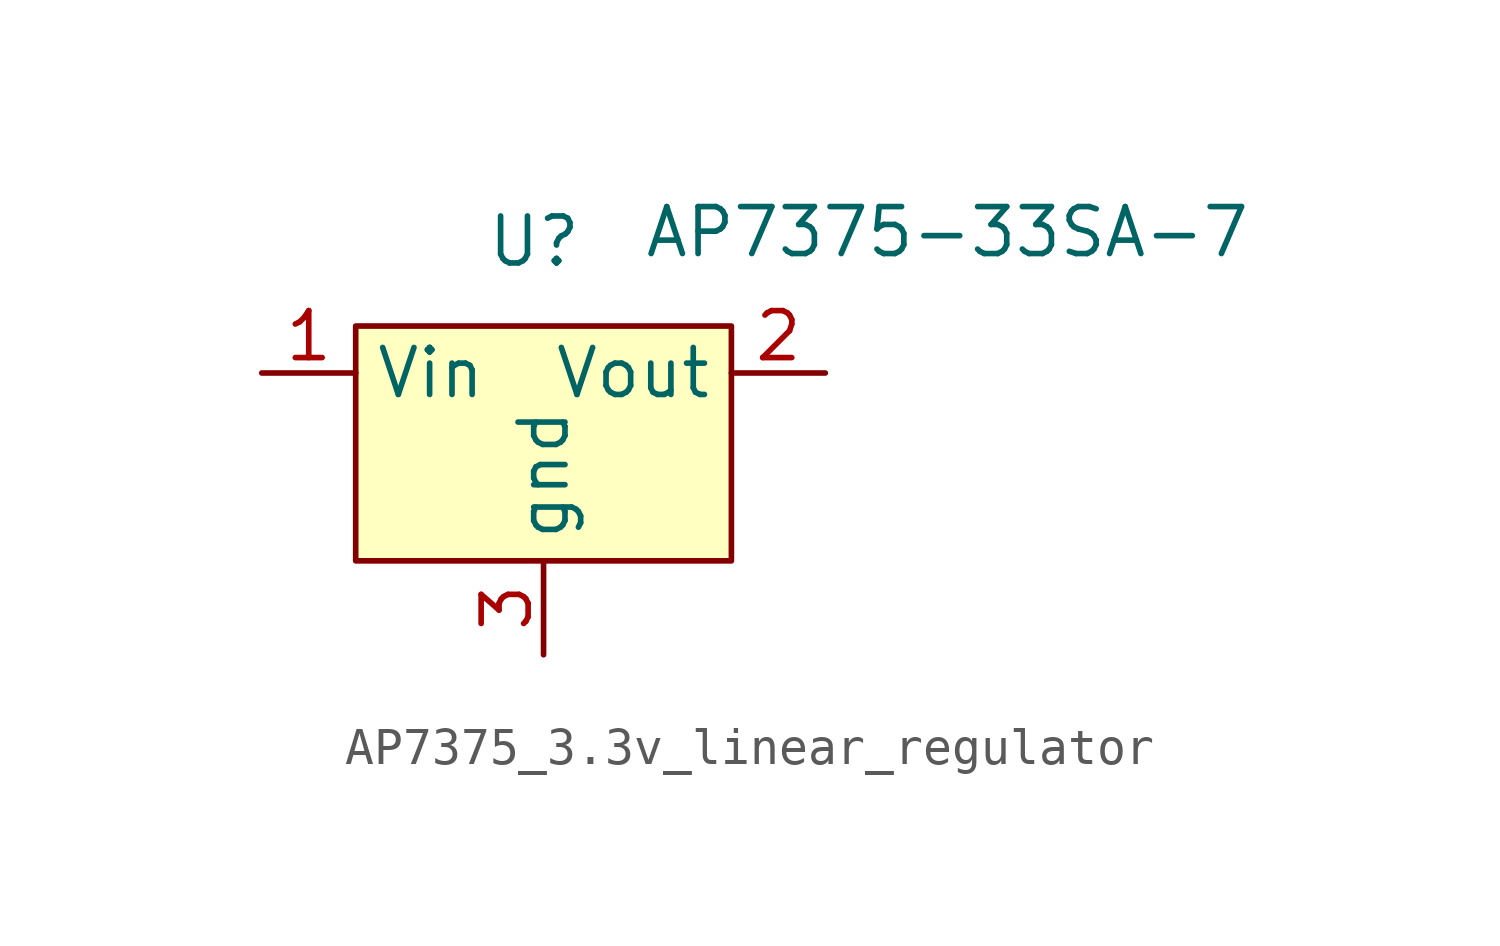
<source format=kicad_sym>
(kicad_symbol_lib
  (version 20231120)
  (generator "kicad_symbol_editor")
  (generator_version "8.0")
  (symbol "AP7375_3.3v_linear_regulator"
    (property "Reference" "U"
      (at -0.254 3.556 0)
      (effects (font (size 1.27 1.27))))
    (property "Value" " AP7375-33SA-7"
      (at 10.922 3.81 0)
      (effects (font (size 1.27 1.27))))
    (symbol "AP7375_3.3v_linear_regulator_1_1"
      (rectangle (start -5.08 1.27) (end 5.08 -5.08) (stroke (width 0) (type default)) (fill (type background)))
      (pin power_in line (at -7.62 0 0) (length 2.54) (name "Vin" (effects (font (size 1.27 1.27)))) (number "1" (effects (font (size 1.27 1.27)))))
      (pin power_out line (at 7.62 0 180) (length 2.54) (name "Vout" (effects (font (size 1.27 1.27)))) (number "2" (effects (font (size 1.27 1.27)))))
      (pin power_in line (at 0 -7.62 90) (length 2.54) (name "gnd" (effects (font (size 1.27 1.27)))) (number "3" (effects (font (size 1.27 1.27))))))))
</source>
